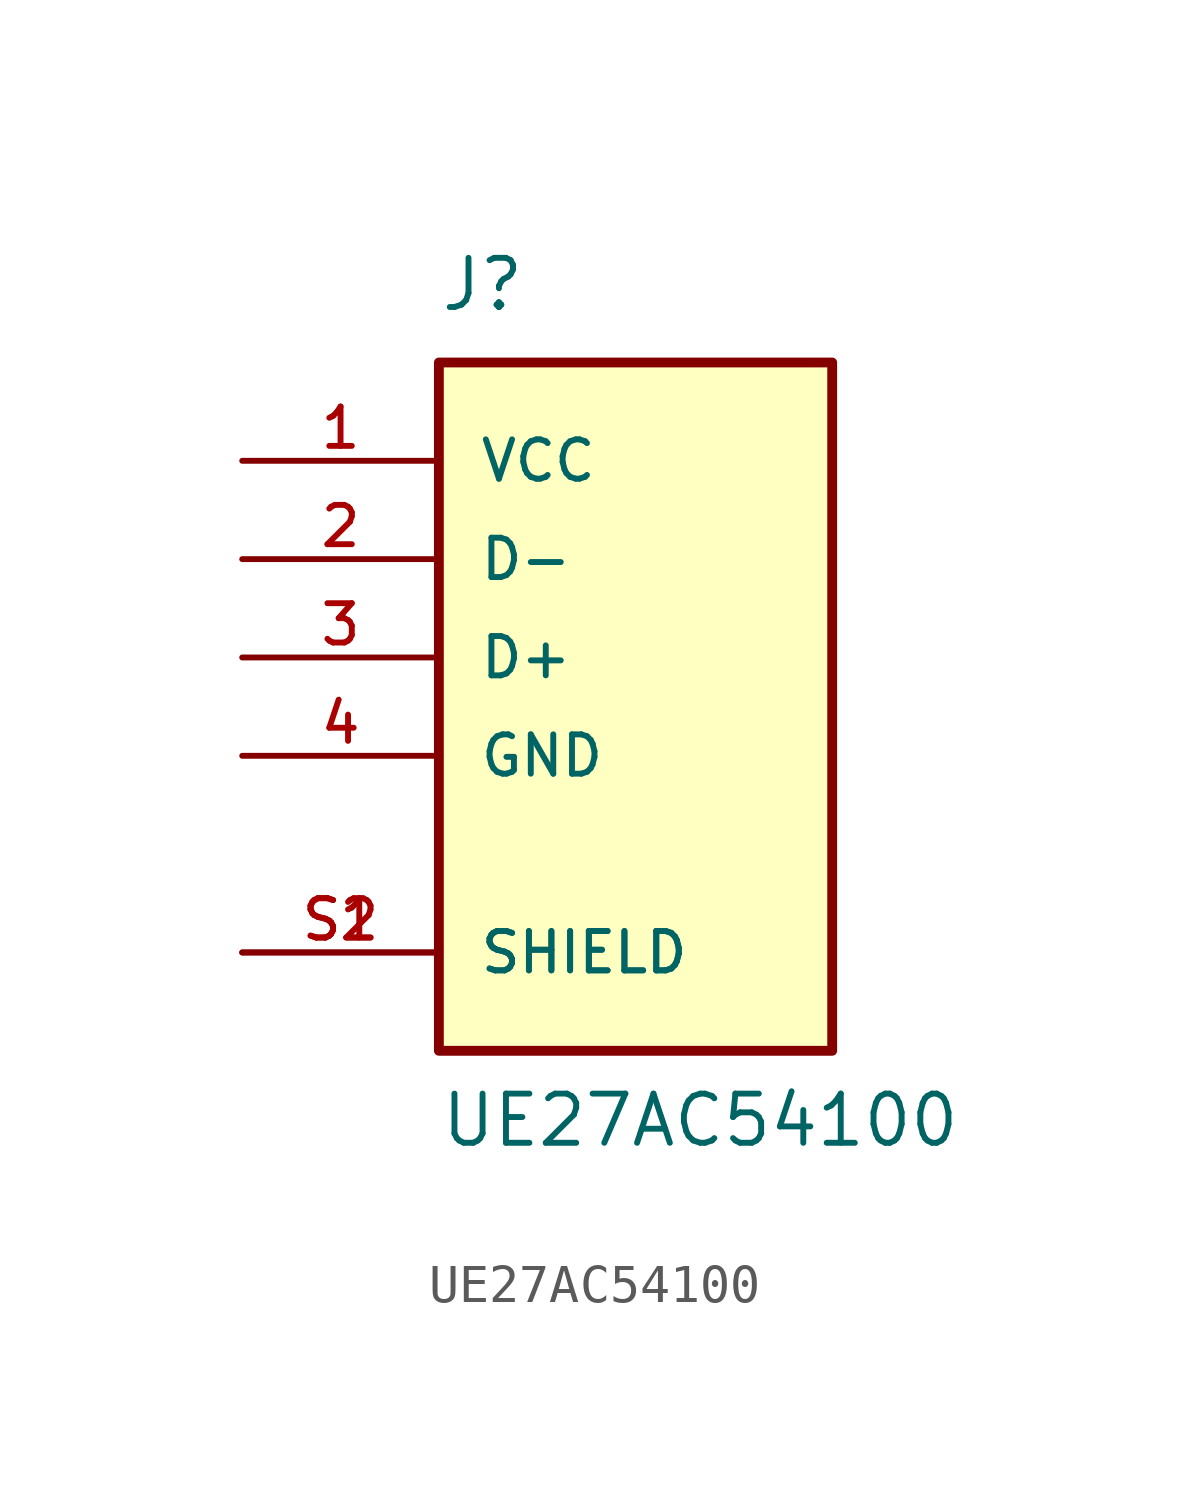
<source format=kicad_sym>
(kicad_symbol_lib
  (version 20211014)
  (generator kicad_symbol_editor)
  (symbol "UE27AC54100"
    (pin_names
      (offset 1.016))
    (property "Reference" "J"
      (at -5.08 8.89 0)
      (effects (font (size 1.27 1.27)) (justify bottom left)))
    (property "Value" "UE27AC54100"
      (at -5.08 -12.7 0)
      (effects (font (size 1.27 1.27)) (justify bottom left)))
    (symbol "UE27AC54100_0_0"
      (rectangle (start -5.08 -10.16) (end 5.08 7.62) (stroke (width 0.254)) (fill (type background)))
      (pin power_in line (at -10.16 5.08 0) (length 5.08) (name "VCC" (effects (font (size 1.016 1.016)))) (number "1" (effects (font (size 1.016 1.016)))))
      (pin bidirectional line (at -10.16 2.54 0) (length 5.08) (name "D-" (effects (font (size 1.016 1.016)))) (number "2" (effects (font (size 1.016 1.016)))))
      (pin bidirectional line (at -10.16 0.0 0) (length 5.08) (name "D+" (effects (font (size 1.016 1.016)))) (number "3" (effects (font (size 1.016 1.016)))))
      (pin power_in line (at -10.16 -2.54 0) (length 5.08) (name "GND" (effects (font (size 1.016 1.016)))) (number "4" (effects (font (size 1.016 1.016)))))
      (pin passive line (at -10.16 -7.62 0) (length 5.08) (name "SHIELD" (effects (font (size 1.016 1.016)))) (number "S1" (effects (font (size 1.016 1.016)))))
      (pin passive line (at -10.16 -7.62 0) (length 5.08) (name "SHIELD" (effects (font (size 1.016 1.016)))) (number "S2" (effects (font (size 1.016 1.016))))))))
</source>
